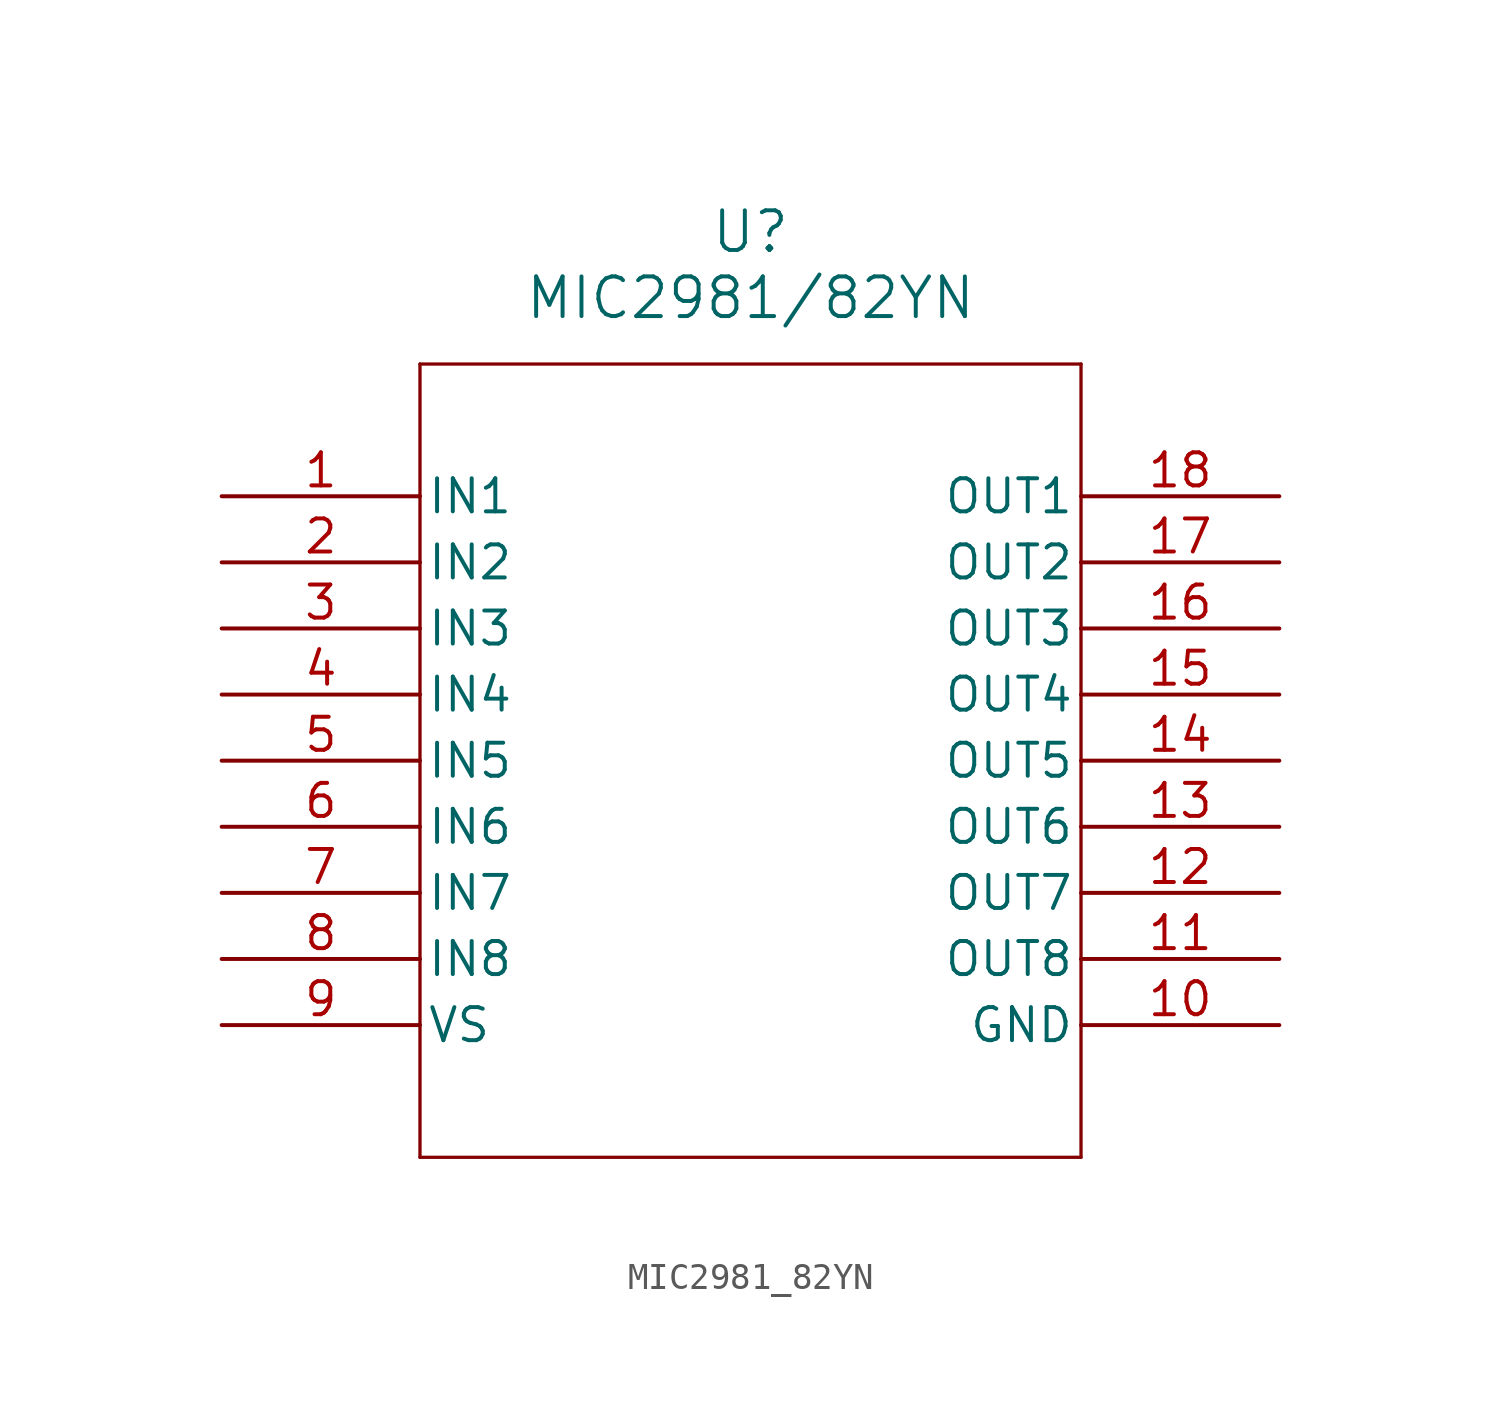
<source format=kicad_sym>
(kicad_symbol_lib
  (version 20231120)
  (generator "kicad_symbol_editor")
  (generator_version "8.0")
  (symbol "MIC2981_82YN"
    (pin_names
      (offset 0.254))
    (property "Reference" "U"
      (at 20.32 10.16 0)
      (effects (font (size 1.524 1.524))))
    (property "Value" "MIC2981/82YN"
      (at 20.32 7.62 0)
      (effects (font (size 1.524 1.524))))
    (property "ki_locked" ""
      (at 0 0 0)
      (effects (font (size 1.27 1.27))))
    (symbol "MIC2981_82YN_0_1"
      (polyline (pts (xy 7.62 -25.4) (xy 33.02 -25.4)) (stroke (width 0.127) (type default)) (fill (type none)))
      (polyline (pts (xy 7.62 5.08) (xy 7.62 -25.4)) (stroke (width 0.127) (type default)) (fill (type none)))
      (polyline (pts (xy 33.02 -25.4) (xy 33.02 5.08)) (stroke (width 0.127) (type default)) (fill (type none)))
      (polyline (pts (xy 33.02 5.08) (xy 7.62 5.08)) (stroke (width 0.127) (type default)) (fill (type none)))
      (pin input line (at 0 0 0) (length 7.62) (name "IN1" (effects (font (size 1.27 1.27)))) (number "1" (effects (font (size 1.27 1.27)))))
      (pin power_in line (at 40.64 -20.32 180) (length 7.62) (name "GND" (effects (font (size 1.27 1.27)))) (number "10" (effects (font (size 1.27 1.27)))))
      (pin output line (at 40.64 -17.78 180) (length 7.62) (name "OUT8" (effects (font (size 1.27 1.27)))) (number "11" (effects (font (size 1.27 1.27)))))
      (pin output line (at 40.64 -15.24 180) (length 7.62) (name "OUT7" (effects (font (size 1.27 1.27)))) (number "12" (effects (font (size 1.27 1.27)))))
      (pin output line (at 40.64 -12.7 180) (length 7.62) (name "OUT6" (effects (font (size 1.27 1.27)))) (number "13" (effects (font (size 1.27 1.27)))))
      (pin output line (at 40.64 -10.16 180) (length 7.62) (name "OUT5" (effects (font (size 1.27 1.27)))) (number "14" (effects (font (size 1.27 1.27)))))
      (pin output line (at 40.64 -7.62 180) (length 7.62) (name "OUT4" (effects (font (size 1.27 1.27)))) (number "15" (effects (font (size 1.27 1.27)))))
      (pin output line (at 40.64 -5.08 180) (length 7.62) (name "OUT3" (effects (font (size 1.27 1.27)))) (number "16" (effects (font (size 1.27 1.27)))))
      (pin output line (at 40.64 -2.54 180) (length 7.62) (name "OUT2" (effects (font (size 1.27 1.27)))) (number "17" (effects (font (size 1.27 1.27)))))
      (pin output line (at 40.64 0 180) (length 7.62) (name "OUT1" (effects (font (size 1.27 1.27)))) (number "18" (effects (font (size 1.27 1.27)))))
      (pin input line (at 0 -2.54 0) (length 7.62) (name "IN2" (effects (font (size 1.27 1.27)))) (number "2" (effects (font (size 1.27 1.27)))))
      (pin input line (at 0 -5.08 0) (length 7.62) (name "IN3" (effects (font (size 1.27 1.27)))) (number "3" (effects (font (size 1.27 1.27)))))
      (pin input line (at 0 -7.62 0) (length 7.62) (name "IN4" (effects (font (size 1.27 1.27)))) (number "4" (effects (font (size 1.27 1.27)))))
      (pin input line (at 0 -10.16 0) (length 7.62) (name "IN5" (effects (font (size 1.27 1.27)))) (number "5" (effects (font (size 1.27 1.27)))))
      (pin input line (at 0 -12.7 0) (length 7.62) (name "IN6" (effects (font (size 1.27 1.27)))) (number "6" (effects (font (size 1.27 1.27)))))
      (pin input line (at 0 -15.24 0) (length 7.62) (name "IN7" (effects (font (size 1.27 1.27)))) (number "7" (effects (font (size 1.27 1.27)))))
      (pin input line (at 0 -17.78 0) (length 7.62) (name "IN8" (effects (font (size 1.27 1.27)))) (number "8" (effects (font (size 1.27 1.27)))))
      (pin power_in line (at 0 -20.32 0) (length 7.62) (name "VS" (effects (font (size 1.27 1.27)))) (number "9" (effects (font (size 1.27 1.27))))))))
</source>
